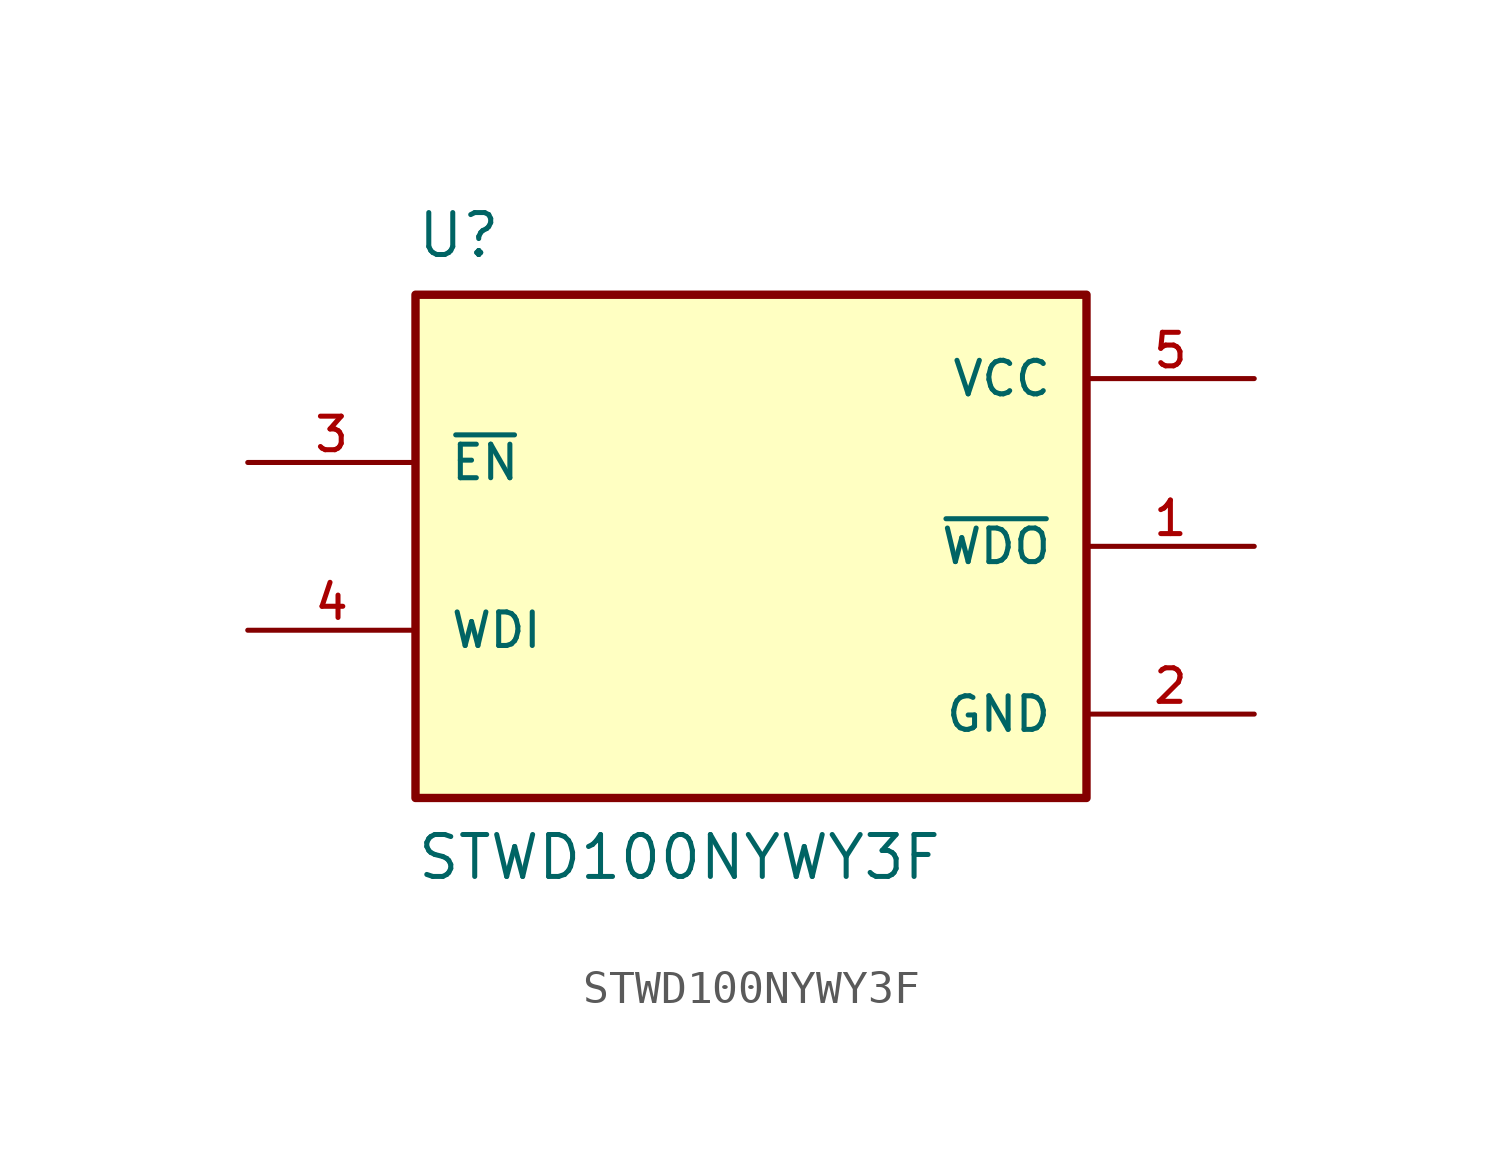
<source format=kicad_sym>
(kicad_symbol_lib
  (version 20211014)
  (generator kicad_symbol_editor)
  (symbol "STWD100NYWY3F"
    (pin_names
      (offset 1.016))
    (property "Reference" "U"
      (at -10.16 10.16 0)
      (effects (font (size 1.27 1.27)) (justify top left)))
    (property "Value" "STWD100NYWY3F"
      (at -10.16 -10.16 0)
      (effects (font (size 1.27 1.27)) (justify bottom left)))
    (symbol "STWD100NYWY3F_0_0"
      (rectangle (start -10.16 -7.62) (end 10.16 7.62) (stroke (width 0.254)) (fill (type background)))
      (pin output line (at 15.24 0.0 180.0) (length 5.08) (name "~{WDO}" (effects (font (size 1.016 1.016)))) (number "1" (effects (font (size 1.016 1.016)))))
      (pin power_in line (at 15.24 -5.08 180.0) (length 5.08) (name "GND" (effects (font (size 1.016 1.016)))) (number "2" (effects (font (size 1.016 1.016)))))
      (pin input line (at -15.24 2.54 0) (length 5.08) (name "~{EN}" (effects (font (size 1.016 1.016)))) (number "3" (effects (font (size 1.016 1.016)))))
      (pin input line (at -15.24 -2.54 0) (length 5.08) (name "WDI" (effects (font (size 1.016 1.016)))) (number "4" (effects (font (size 1.016 1.016)))))
      (pin power_in line (at 15.24 5.08 180.0) (length 5.08) (name "VCC" (effects (font (size 1.016 1.016)))) (number "5" (effects (font (size 1.016 1.016))))))))
</source>
